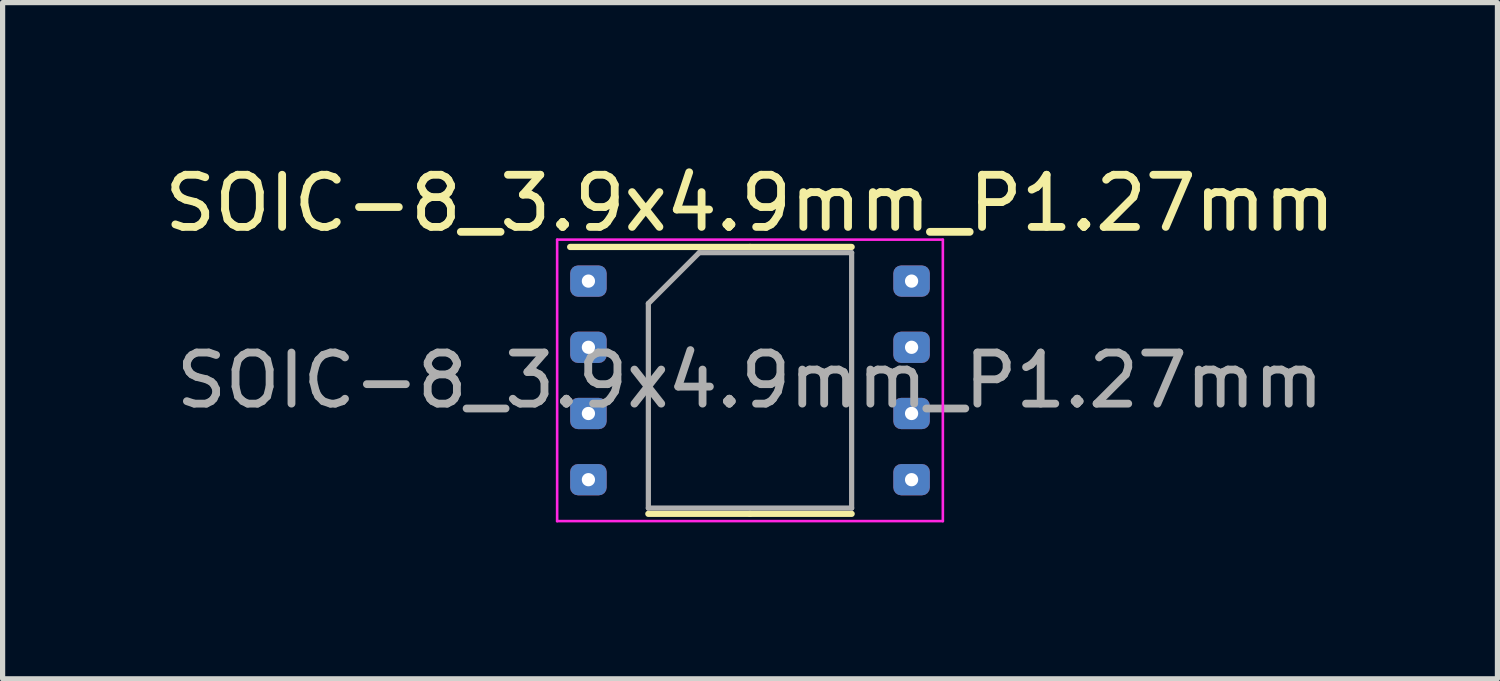
<source format=kicad_pcb>
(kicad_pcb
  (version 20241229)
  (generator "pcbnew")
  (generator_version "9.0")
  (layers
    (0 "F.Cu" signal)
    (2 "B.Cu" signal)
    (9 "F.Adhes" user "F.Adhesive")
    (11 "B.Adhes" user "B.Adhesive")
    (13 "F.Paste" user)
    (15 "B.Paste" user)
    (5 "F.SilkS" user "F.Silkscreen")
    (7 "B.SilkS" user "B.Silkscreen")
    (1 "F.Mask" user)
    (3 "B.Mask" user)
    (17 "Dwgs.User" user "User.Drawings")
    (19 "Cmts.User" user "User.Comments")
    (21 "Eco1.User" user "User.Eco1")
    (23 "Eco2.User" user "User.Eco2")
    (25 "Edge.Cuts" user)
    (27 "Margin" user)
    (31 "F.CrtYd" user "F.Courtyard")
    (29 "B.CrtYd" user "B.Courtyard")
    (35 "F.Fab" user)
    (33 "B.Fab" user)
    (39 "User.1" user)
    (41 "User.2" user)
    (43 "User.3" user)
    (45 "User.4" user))
  (footprint "SOIC-8_3.9x4.9mm_P1.27mm"
    (layer "F.Cu")
    (at 11.339 4.248)
    (property "Reference" "SOIC-8_3.9x4.9mm_P1.27mm" (at 0 -3.4 0) (layer "F.SilkS") (effects (font (size 1 1) (thickness 0.15))))
    (attr smd)
    (fp_line (start 0 -2.56) (end -3.45 -2.56) (stroke (width 0.12) (type solid)) (layer "F.SilkS"))
    (fp_line (start 0 -2.56) (end 1.95 -2.56) (stroke (width 0.12) (type solid)) (layer "F.SilkS"))
    (fp_line (start 0 2.56) (end -1.95 2.56) (stroke (width 0.12) (type solid)) (layer "F.SilkS"))
    (fp_line (start 0 2.56) (end 1.95 2.56) (stroke (width 0.12) (type solid)) (layer "F.SilkS"))
    (fp_line (start -3.7 -2.7) (end -3.7 2.7) (stroke (width 0.05) (type solid)) (layer "F.CrtYd"))
    (fp_line (start -3.7 2.7) (end 3.7 2.7) (stroke (width 0.05) (type solid)) (layer "F.CrtYd"))
    (fp_line (start 3.7 -2.7) (end -3.7 -2.7) (stroke (width 0.05) (type solid)) (layer "F.CrtYd"))
    (fp_line (start 3.7 2.7) (end 3.7 -2.7) (stroke (width 0.05) (type solid)) (layer "F.CrtYd"))
    (fp_line (start -1.95 -1.475) (end -0.975 -2.45) (stroke (width 0.1) (type solid)) (layer "F.Fab"))
    (fp_line (start -1.95 2.45) (end -1.95 -1.475) (stroke (width 0.1) (type solid)) (layer "F.Fab"))
    (fp_line (start -0.975 -2.45) (end 1.95 -2.45) (stroke (width 0.1) (type solid)) (layer "F.Fab"))
    (fp_line (start 1.95 -2.45) (end 1.95 2.45) (stroke (width 0.1) (type solid)) (layer "F.Fab"))
    (fp_line (start 1.95 2.45) (end -1.95 2.45) (stroke (width 0.1) (type solid)) (layer "F.Fab"))
    (fp_text user "${REFERENCE}" (at 0 0 0) (layer "F.Fab") (effects (font (size 0.98 0.98) (thickness 0.15))))
    (pad "1" thru_hole roundrect (at -3.1 -1.905) (size 0.7 0.6) (drill 0.254) (layers "*.Cu" "*.Mask") (roundrect_rratio 0.25))
    (pad "2" thru_hole roundrect (at -3.1 -0.635) (size 0.7 0.6) (drill 0.254) (layers "*.Cu" "*.Mask") (roundrect_rratio 0.25))
    (pad "3" thru_hole roundrect (at -3.1 0.635) (size 0.7 0.6) (drill 0.254) (layers "*.Cu" "*.Mask") (roundrect_rratio 0.25))
    (pad "4" thru_hole roundrect (at -3.1 1.905) (size 0.7 0.6) (drill 0.254) (layers "*.Cu" "*.Mask") (roundrect_rratio 0.25))
    (pad "5" thru_hole roundrect (at 3.1 1.905) (size 0.7 0.6) (drill 0.254) (layers "*.Cu" "*.Mask") (roundrect_rratio 0.25))
    (pad "6" thru_hole roundrect (at 3.1 0.635) (size 0.7 0.6) (drill 0.254) (layers "*.Cu" "*.Mask") (roundrect_rratio 0.25))
    (pad "7" thru_hole roundrect (at 3.1 -0.635) (size 0.7 0.6) (drill 0.254) (layers "*.Cu" "*.Mask") (roundrect_rratio 0.25))
    (pad "8" thru_hole roundrect (at 3.1 -1.905) (size 0.7 0.6) (drill 0.254) (layers "*.Cu" "*.Mask") (roundrect_rratio 0.25)))
  (gr_rect
    (start -3 -3)
    (end 25.679 9.973)
    (stroke (width 0.1) (type default))
    (fill no)
    (layer "Edge.Cuts")))
</source>
